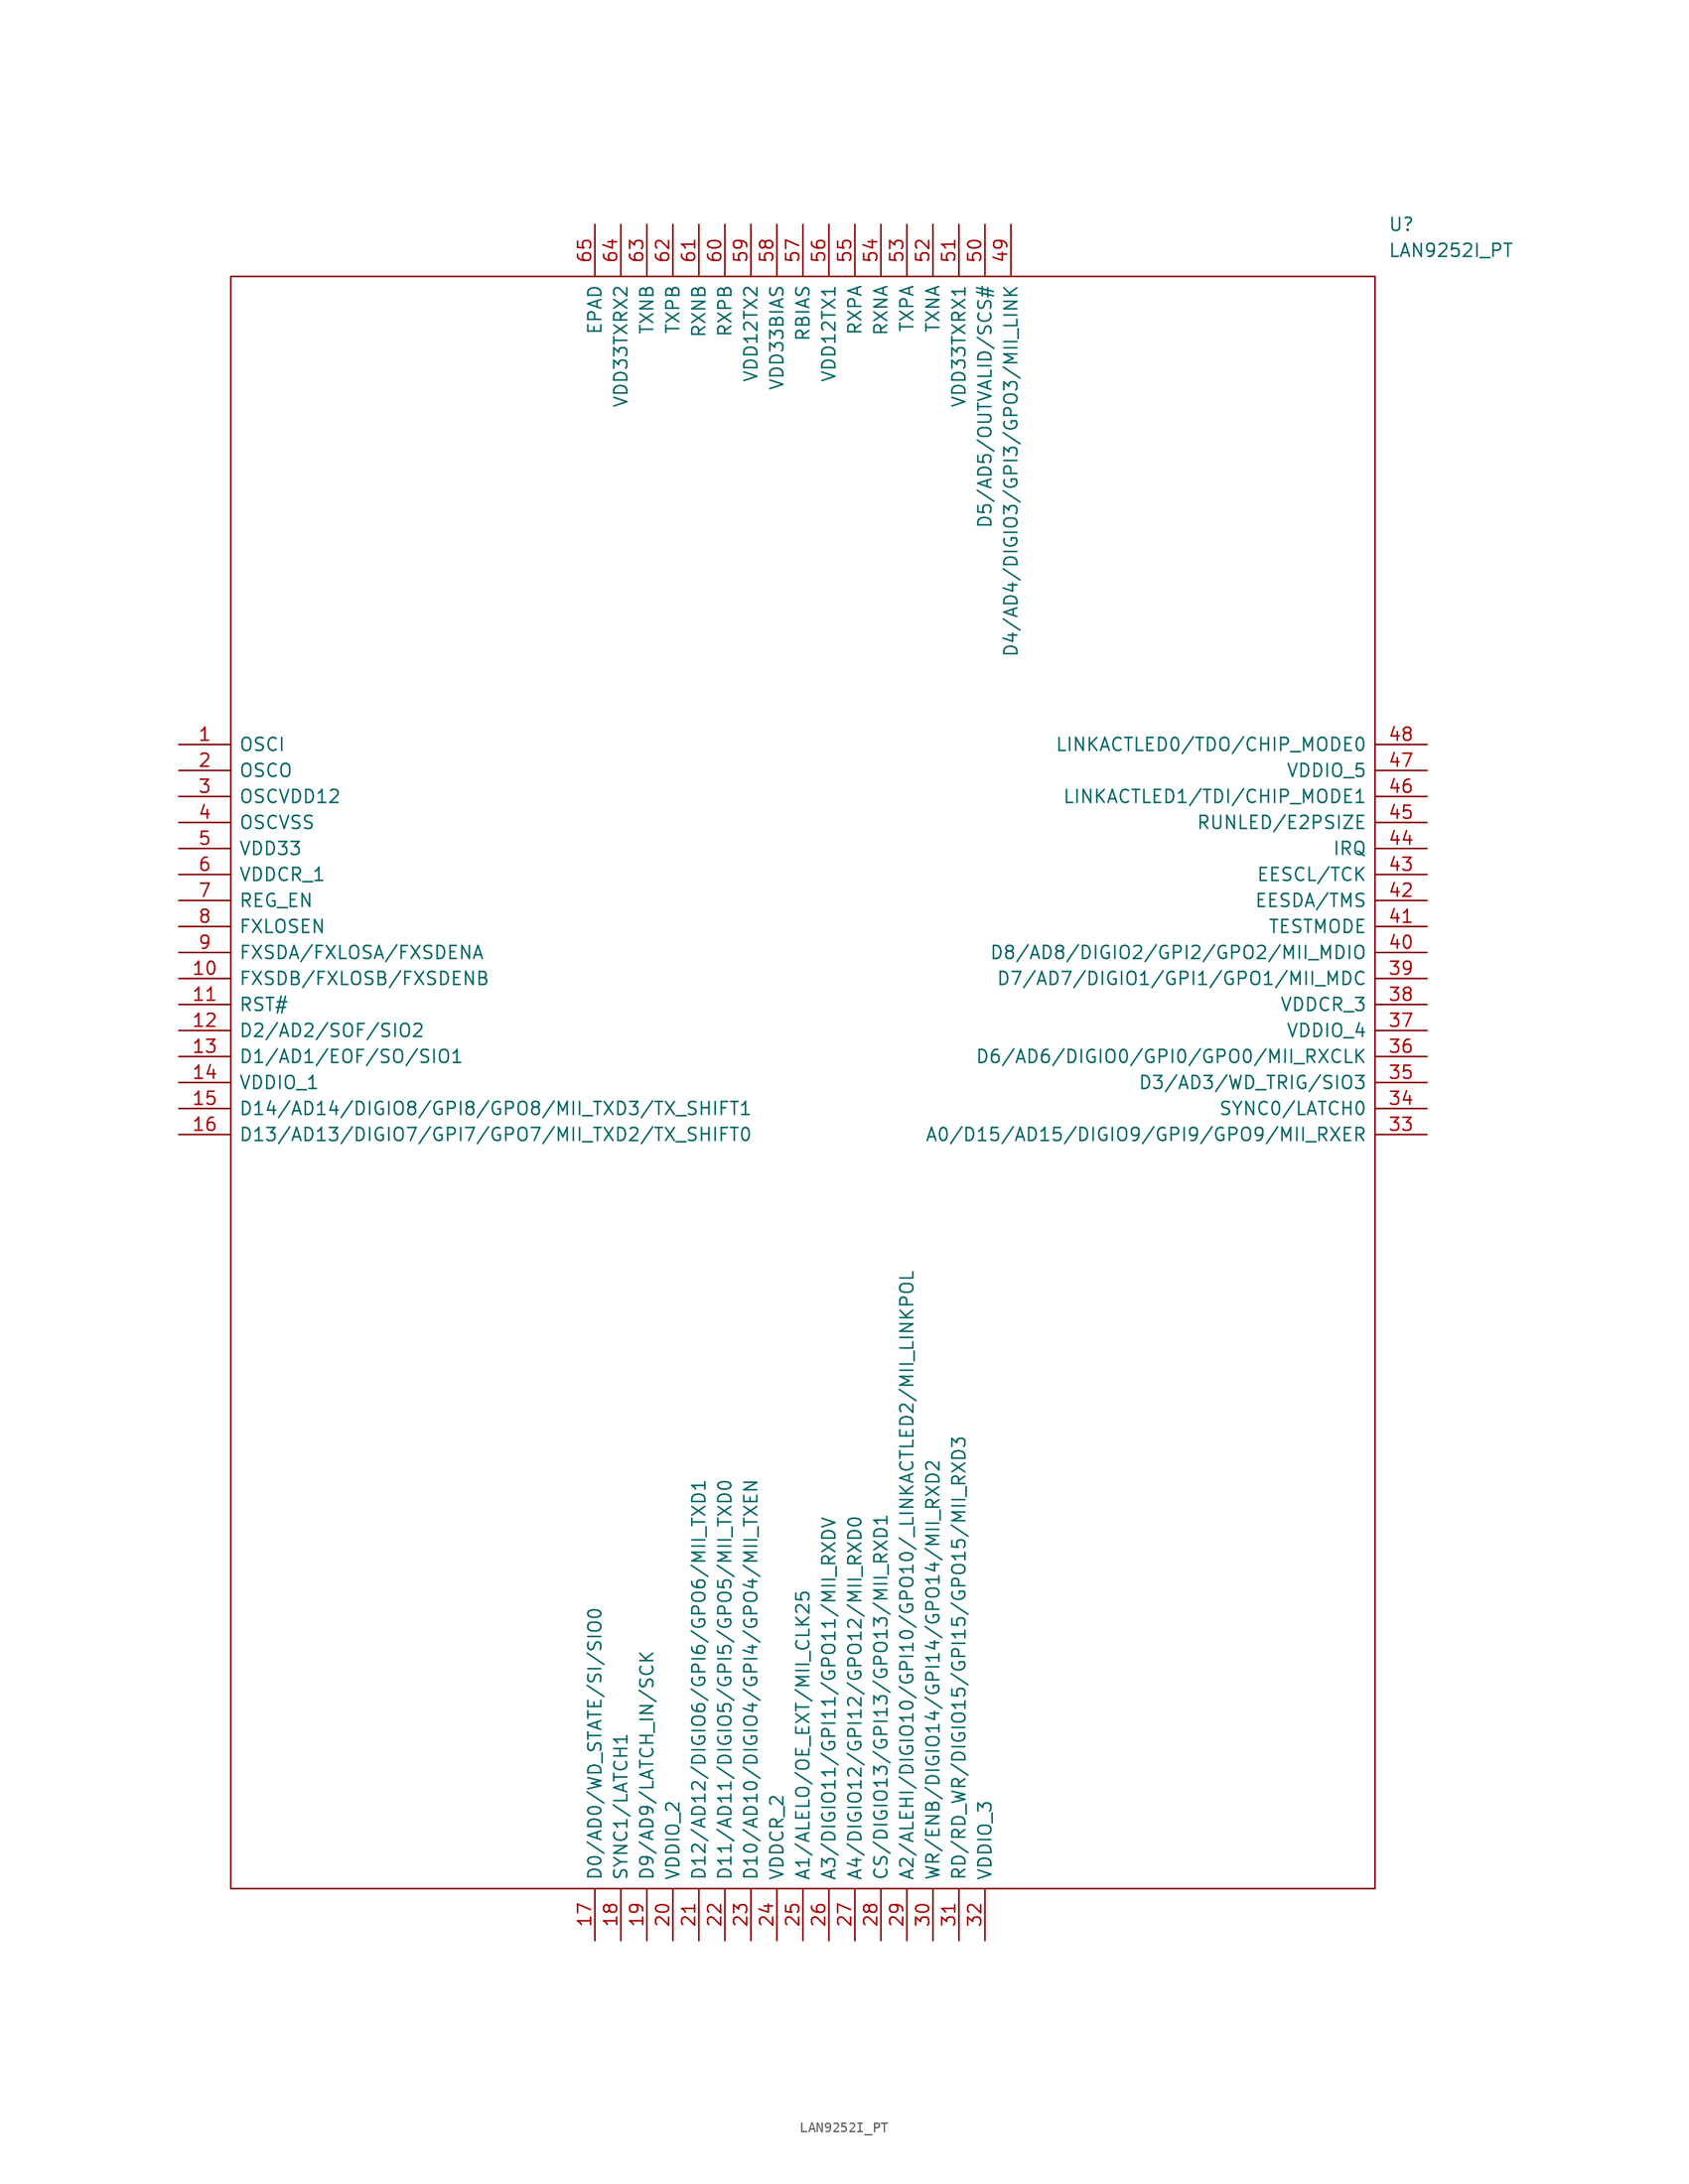
<source format=kicad_sym>
(kicad_symbol_lib
  (version 20211014)
  (generator kicad_symbol_editor)
  (symbol "LAN9252I_PT"
    (pin_names
      (offset 0.762))
    (property "Reference" "U"
      (at 118.11 50.8 0)
      (effects (font (size 1.27 1.27)) (justify left)))
    (property "Value" "LAN9252I_PT"
      (at 118.11 48.26 0)
      (effects (font (size 1.27 1.27)) (justify left)))
    (symbol "LAN9252I_PT_0_0"
      (pin passive line (at 0 0 0) (length 5.08) (name "OSCI" (effects (font (size 1.27 1.27)))) (number "1" (effects (font (size 1.27 1.27)))))
      (pin passive line (at 0 -22.86 0) (length 5.08) (name "FXSDB/FXLOSB/FXSDENB" (effects (font (size 1.27 1.27)))) (number "10" (effects (font (size 1.27 1.27)))))
      (pin passive line (at 0 -25.4 0) (length 5.08) (name "RST#" (effects (font (size 1.27 1.27)))) (number "11" (effects (font (size 1.27 1.27)))))
      (pin passive line (at 0 -27.94 0) (length 5.08) (name "D2/AD2/SOF/SIO2" (effects (font (size 1.27 1.27)))) (number "12" (effects (font (size 1.27 1.27)))))
      (pin passive line (at 0 -30.48 0) (length 5.08) (name "D1/AD1/EOF/SO/SIO1" (effects (font (size 1.27 1.27)))) (number "13" (effects (font (size 1.27 1.27)))))
      (pin passive line (at 0 -33.02 0) (length 5.08) (name "VDDIO_1" (effects (font (size 1.27 1.27)))) (number "14" (effects (font (size 1.27 1.27)))))
      (pin passive line (at 0 -35.56 0) (length 5.08) (name "D14/AD14/DIGIO8/GPI8/GPO8/MII_TXD3/TX_SHIFT1" (effects (font (size 1.27 1.27)))) (number "15" (effects (font (size 1.27 1.27)))))
      (pin passive line (at 0 -38.1 0) (length 5.08) (name "D13/AD13/DIGIO7/GPI7/GPO7/MII_TXD2/TX_SHIFT0" (effects (font (size 1.27 1.27)))) (number "16" (effects (font (size 1.27 1.27)))))
      (pin passive line (at 40.64 -116.84 90) (length 5.08) (name "D0/AD0/WD_STATE/SI/SIO0" (effects (font (size 1.27 1.27)))) (number "17" (effects (font (size 1.27 1.27)))))
      (pin passive line (at 43.18 -116.84 90) (length 5.08) (name "SYNC1/LATCH1" (effects (font (size 1.27 1.27)))) (number "18" (effects (font (size 1.27 1.27)))))
      (pin passive line (at 45.72 -116.84 90) (length 5.08) (name "D9/AD9/LATCH_IN/SCK" (effects (font (size 1.27 1.27)))) (number "19" (effects (font (size 1.27 1.27)))))
      (pin passive line (at 0 -2.54 0) (length 5.08) (name "OSCO" (effects (font (size 1.27 1.27)))) (number "2" (effects (font (size 1.27 1.27)))))
      (pin passive line (at 48.26 -116.84 90) (length 5.08) (name "VDDIO_2" (effects (font (size 1.27 1.27)))) (number "20" (effects (font (size 1.27 1.27)))))
      (pin passive line (at 50.8 -116.84 90) (length 5.08) (name "D12/AD12/DIGIO6/GPI6/GPO6/MII_TXD1" (effects (font (size 1.27 1.27)))) (number "21" (effects (font (size 1.27 1.27)))))
      (pin passive line (at 53.34 -116.84 90) (length 5.08) (name "D11/AD11/DIGIO5/GPI5/GPO5/MII_TXD0" (effects (font (size 1.27 1.27)))) (number "22" (effects (font (size 1.27 1.27)))))
      (pin passive line (at 55.88 -116.84 90) (length 5.08) (name "D10/AD10/DIGIO4/GPI4/GPO4/MII_TXEN" (effects (font (size 1.27 1.27)))) (number "23" (effects (font (size 1.27 1.27)))))
      (pin passive line (at 58.42 -116.84 90) (length 5.08) (name "VDDCR_2" (effects (font (size 1.27 1.27)))) (number "24" (effects (font (size 1.27 1.27)))))
      (pin passive line (at 60.96 -116.84 90) (length 5.08) (name "A1/ALELO/OE_EXT/MII_CLK25" (effects (font (size 1.27 1.27)))) (number "25" (effects (font (size 1.27 1.27)))))
      (pin passive line (at 63.5 -116.84 90) (length 5.08) (name "A3/DIGIO11/GPI11/GPO11/MII_RXDV" (effects (font (size 1.27 1.27)))) (number "26" (effects (font (size 1.27 1.27)))))
      (pin passive line (at 66.04 -116.84 90) (length 5.08) (name "A4/DIGIO12/GPI12/GPO12/MII_RXD0" (effects (font (size 1.27 1.27)))) (number "27" (effects (font (size 1.27 1.27)))))
      (pin passive line (at 68.58 -116.84 90) (length 5.08) (name "CS/DIGIO13/GPI13/GPO13/MII_RXD1" (effects (font (size 1.27 1.27)))) (number "28" (effects (font (size 1.27 1.27)))))
      (pin passive line (at 71.12 -116.84 90) (length 5.08) (name "A2/ALEHI/DIGIO10/GPI10/GPO10/_LINKACTLED2/MII_LINKPOL" (effects (font (size 1.27 1.27)))) (number "29" (effects (font (size 1.27 1.27)))))
      (pin passive line (at 0 -5.08 0) (length 5.08) (name "OSCVDD12" (effects (font (size 1.27 1.27)))) (number "3" (effects (font (size 1.27 1.27)))))
      (pin passive line (at 73.66 -116.84 90) (length 5.08) (name "WR/ENB/DIGIO14/GPI14/GPO14/MII_RXD2" (effects (font (size 1.27 1.27)))) (number "30" (effects (font (size 1.27 1.27)))))
      (pin passive line (at 76.2 -116.84 90) (length 5.08) (name "RD/RD_WR/DIGIO15/GPI15/GPO15/MII_RXD3" (effects (font (size 1.27 1.27)))) (number "31" (effects (font (size 1.27 1.27)))))
      (pin passive line (at 78.74 -116.84 90) (length 5.08) (name "VDDIO_3" (effects (font (size 1.27 1.27)))) (number "32" (effects (font (size 1.27 1.27)))))
      (pin passive line (at 121.92 -38.1 180) (length 5.08) (name "A0/D15/AD15/DIGIO9/GPI9/GPO9/MII_RXER" (effects (font (size 1.27 1.27)))) (number "33" (effects (font (size 1.27 1.27)))))
      (pin passive line (at 121.92 -35.56 180) (length 5.08) (name "SYNC0/LATCH0" (effects (font (size 1.27 1.27)))) (number "34" (effects (font (size 1.27 1.27)))))
      (pin passive line (at 121.92 -33.02 180) (length 5.08) (name "D3/AD3/WD_TRIG/SIO3" (effects (font (size 1.27 1.27)))) (number "35" (effects (font (size 1.27 1.27)))))
      (pin passive line (at 121.92 -30.48 180) (length 5.08) (name "D6/AD6/DIGIO0/GPI0/GPO0/MII_RXCLK" (effects (font (size 1.27 1.27)))) (number "36" (effects (font (size 1.27 1.27)))))
      (pin passive line (at 121.92 -27.94 180) (length 5.08) (name "VDDIO_4" (effects (font (size 1.27 1.27)))) (number "37" (effects (font (size 1.27 1.27)))))
      (pin passive line (at 121.92 -25.4 180) (length 5.08) (name "VDDCR_3" (effects (font (size 1.27 1.27)))) (number "38" (effects (font (size 1.27 1.27)))))
      (pin passive line (at 121.92 -22.86 180) (length 5.08) (name "D7/AD7/DIGIO1/GPI1/GPO1/MII_MDC" (effects (font (size 1.27 1.27)))) (number "39" (effects (font (size 1.27 1.27)))))
      (pin passive line (at 0 -7.62 0) (length 5.08) (name "OSCVSS" (effects (font (size 1.27 1.27)))) (number "4" (effects (font (size 1.27 1.27)))))
      (pin passive line (at 121.92 -20.32 180) (length 5.08) (name "D8/AD8/DIGIO2/GPI2/GPO2/MII_MDIO" (effects (font (size 1.27 1.27)))) (number "40" (effects (font (size 1.27 1.27)))))
      (pin passive line (at 121.92 -17.78 180) (length 5.08) (name "TESTMODE" (effects (font (size 1.27 1.27)))) (number "41" (effects (font (size 1.27 1.27)))))
      (pin passive line (at 121.92 -15.24 180) (length 5.08) (name "EESDA/TMS" (effects (font (size 1.27 1.27)))) (number "42" (effects (font (size 1.27 1.27)))))
      (pin passive line (at 121.92 -12.7 180) (length 5.08) (name "EESCL/TCK" (effects (font (size 1.27 1.27)))) (number "43" (effects (font (size 1.27 1.27)))))
      (pin passive line (at 121.92 -10.16 180) (length 5.08) (name "IRQ" (effects (font (size 1.27 1.27)))) (number "44" (effects (font (size 1.27 1.27)))))
      (pin passive line (at 121.92 -7.62 180) (length 5.08) (name "RUNLED/E2PSIZE" (effects (font (size 1.27 1.27)))) (number "45" (effects (font (size 1.27 1.27)))))
      (pin passive line (at 121.92 -5.08 180) (length 5.08) (name "LINKACTLED1/TDI/CHIP_MODE1" (effects (font (size 1.27 1.27)))) (number "46" (effects (font (size 1.27 1.27)))))
      (pin passive line (at 121.92 -2.54 180) (length 5.08) (name "VDDIO_5" (effects (font (size 1.27 1.27)))) (number "47" (effects (font (size 1.27 1.27)))))
      (pin passive line (at 121.92 0 180) (length 5.08) (name "LINKACTLED0/TDO/CHIP_MODE0" (effects (font (size 1.27 1.27)))) (number "48" (effects (font (size 1.27 1.27)))))
      (pin passive line (at 81.28 50.8 270) (length 5.08) (name "D4/AD4/DIGIO3/GPI3/GPO3/MII_LINK" (effects (font (size 1.27 1.27)))) (number "49" (effects (font (size 1.27 1.27)))))
      (pin passive line (at 0 -10.16 0) (length 5.08) (name "VDD33" (effects (font (size 1.27 1.27)))) (number "5" (effects (font (size 1.27 1.27)))))
      (pin passive line (at 78.74 50.8 270) (length 5.08) (name "D5/AD5/OUTVALID/SCS#" (effects (font (size 1.27 1.27)))) (number "50" (effects (font (size 1.27 1.27)))))
      (pin passive line (at 76.2 50.8 270) (length 5.08) (name "VDD33TXRX1" (effects (font (size 1.27 1.27)))) (number "51" (effects (font (size 1.27 1.27)))))
      (pin passive line (at 73.66 50.8 270) (length 5.08) (name "TXNA" (effects (font (size 1.27 1.27)))) (number "52" (effects (font (size 1.27 1.27)))))
      (pin passive line (at 71.12 50.8 270) (length 5.08) (name "TXPA" (effects (font (size 1.27 1.27)))) (number "53" (effects (font (size 1.27 1.27)))))
      (pin passive line (at 68.58 50.8 270) (length 5.08) (name "RXNA" (effects (font (size 1.27 1.27)))) (number "54" (effects (font (size 1.27 1.27)))))
      (pin passive line (at 66.04 50.8 270) (length 5.08) (name "RXPA" (effects (font (size 1.27 1.27)))) (number "55" (effects (font (size 1.27 1.27)))))
      (pin passive line (at 63.5 50.8 270) (length 5.08) (name "VDD12TX1" (effects (font (size 1.27 1.27)))) (number "56" (effects (font (size 1.27 1.27)))))
      (pin passive line (at 60.96 50.8 270) (length 5.08) (name "RBIAS" (effects (font (size 1.27 1.27)))) (number "57" (effects (font (size 1.27 1.27)))))
      (pin passive line (at 58.42 50.8 270) (length 5.08) (name "VDD33BIAS" (effects (font (size 1.27 1.27)))) (number "58" (effects (font (size 1.27 1.27)))))
      (pin passive line (at 55.88 50.8 270) (length 5.08) (name "VDD12TX2" (effects (font (size 1.27 1.27)))) (number "59" (effects (font (size 1.27 1.27)))))
      (pin passive line (at 0 -12.7 0) (length 5.08) (name "VDDCR_1" (effects (font (size 1.27 1.27)))) (number "6" (effects (font (size 1.27 1.27)))))
      (pin passive line (at 53.34 50.8 270) (length 5.08) (name "RXPB" (effects (font (size 1.27 1.27)))) (number "60" (effects (font (size 1.27 1.27)))))
      (pin passive line (at 50.8 50.8 270) (length 5.08) (name "RXNB" (effects (font (size 1.27 1.27)))) (number "61" (effects (font (size 1.27 1.27)))))
      (pin passive line (at 48.26 50.8 270) (length 5.08) (name "TXPB" (effects (font (size 1.27 1.27)))) (number "62" (effects (font (size 1.27 1.27)))))
      (pin passive line (at 45.72 50.8 270) (length 5.08) (name "TXNB" (effects (font (size 1.27 1.27)))) (number "63" (effects (font (size 1.27 1.27)))))
      (pin passive line (at 43.18 50.8 270) (length 5.08) (name "VDD33TXRX2" (effects (font (size 1.27 1.27)))) (number "64" (effects (font (size 1.27 1.27)))))
      (pin passive line (at 40.64 50.8 270) (length 5.08) (name "EPAD" (effects (font (size 1.27 1.27)))) (number "65" (effects (font (size 1.27 1.27)))))
      (pin passive line (at 0 -15.24 0) (length 5.08) (name "REG_EN" (effects (font (size 1.27 1.27)))) (number "7" (effects (font (size 1.27 1.27)))))
      (pin passive line (at 0 -17.78 0) (length 5.08) (name "FXLOSEN" (effects (font (size 1.27 1.27)))) (number "8" (effects (font (size 1.27 1.27)))))
      (pin passive line (at 0 -20.32 0) (length 5.08) (name "FXSDA/FXLOSA/FXSDENA" (effects (font (size 1.27 1.27)))) (number "9" (effects (font (size 1.27 1.27))))))
    (symbol "LAN9252I_PT_0_1"
      (polyline (pts (xy 5.08 45.72) (xy 116.84 45.72) (xy 116.84 -111.76) (xy 5.08 -111.76) (xy 5.08 45.72)) (stroke (width 0.152) (type default) (color 0 0 0 0)) (fill (type none))))))
</source>
